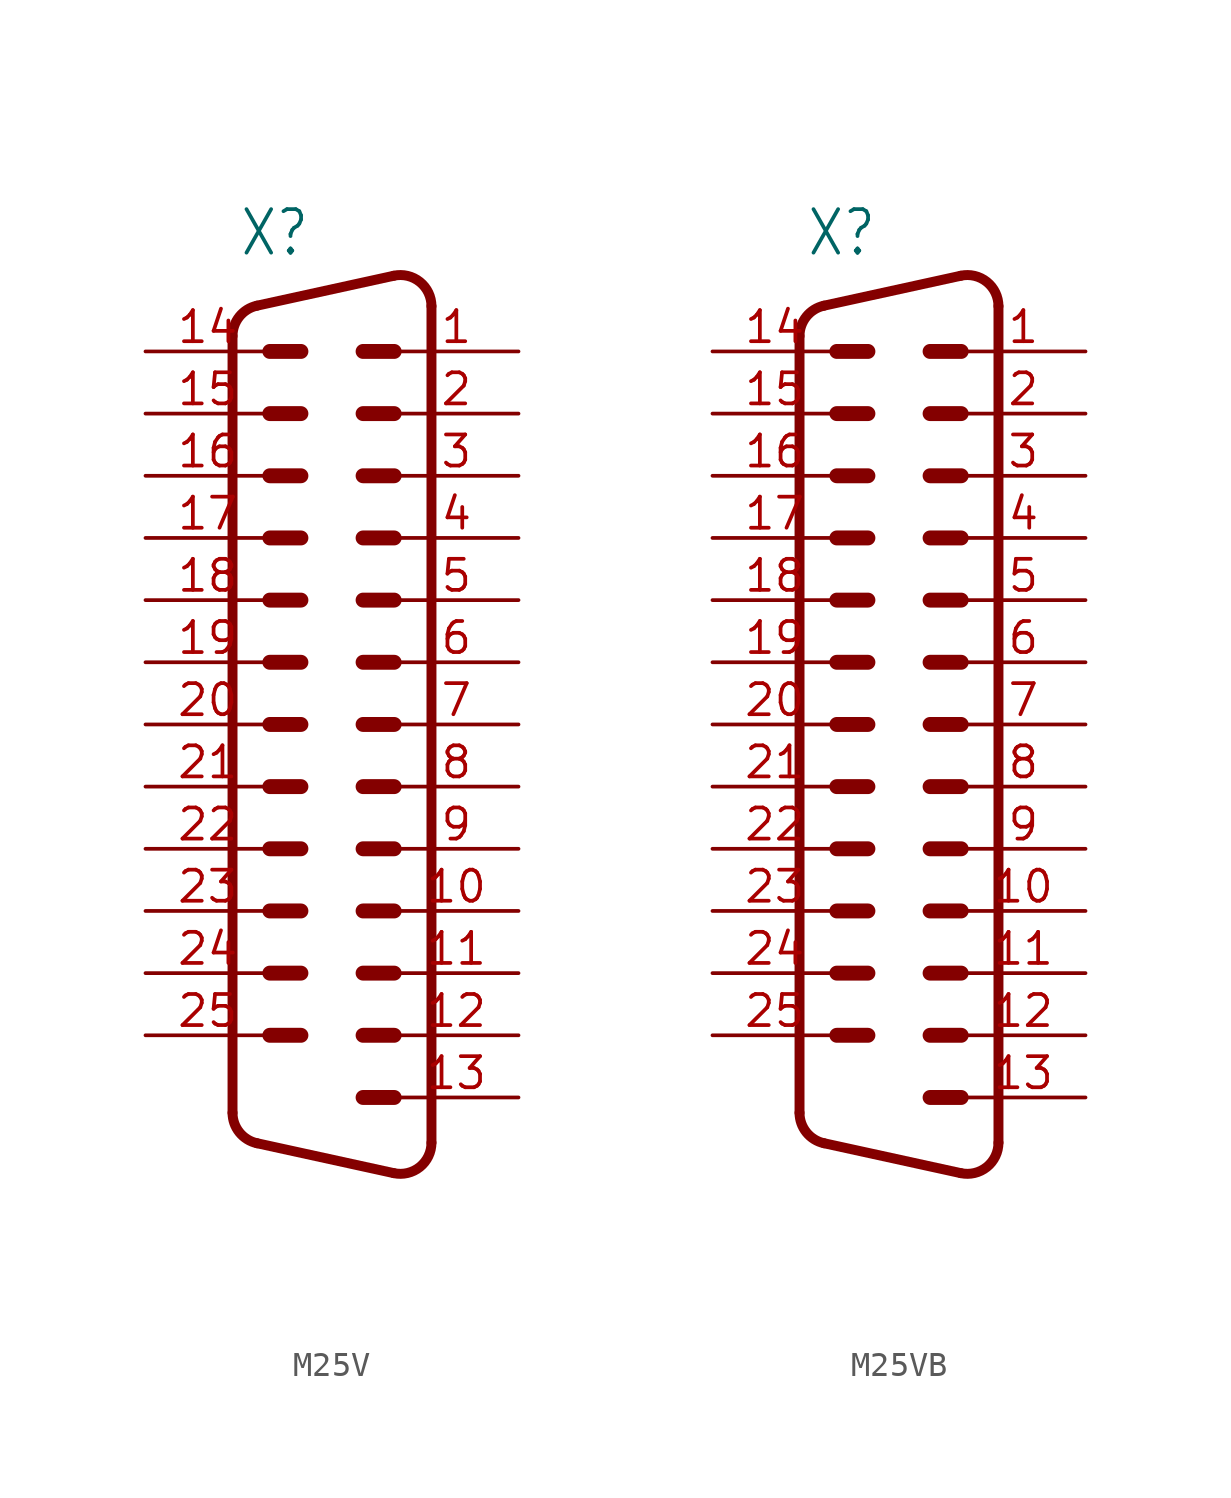
<source format=kicad_sym>
(kicad_symbol_lib
  (version 20220914)
  (generator kicad_symbol_editor)
  (symbol "M25V"
    (property "Reference" "X"
      (at -3.81 16.51 0)
      (effects (font (size 1.778 1.511)) (justify left bottom)))
    (property "Value" ""
      (at -3.81 -23.495 0)
      (effects (font (size 1.778 1.511)) (justify left bottom)))
    (property "ki_locked" ""
      (at 0 0 0)
      (effects (font (size 1.27 1.27))))
    (symbol "M25V_1_0"
      (arc (start -4.064 -18.4088) (mid -3.7833 -19.2051) (end -3.0653 -19.6495) (stroke (width 0.4064) (type solid)) (fill (type none)))
      (arc (start -3.0653 14.5695) (mid -3.7833 14.1251) (end -4.064 13.3288) (stroke (width 0.4064) (type solid)) (fill (type none)))
      (polyline (pts (xy -4.064 13.329) (xy -4.064 -18.409)) (stroke (width 0.406) (type solid)) (fill (type none)))
      (polyline (pts (xy -2.54 -15.24) (xy -1.27 -15.24)) (stroke (width 0.61) (type solid)) (fill (type none)))
      (polyline (pts (xy -2.54 -12.7) (xy -1.27 -12.7)) (stroke (width 0.61) (type solid)) (fill (type none)))
      (polyline (pts (xy -2.54 -10.16) (xy -1.27 -10.16)) (stroke (width 0.61) (type solid)) (fill (type none)))
      (polyline (pts (xy -2.54 -7.62) (xy -1.27 -7.62)) (stroke (width 0.61) (type solid)) (fill (type none)))
      (polyline (pts (xy -2.54 -5.08) (xy -1.27 -5.08)) (stroke (width 0.61) (type solid)) (fill (type none)))
      (polyline (pts (xy -2.54 -2.54) (xy -1.27 -2.54)) (stroke (width 0.61) (type solid)) (fill (type none)))
      (polyline (pts (xy -2.54 0) (xy -1.27 0)) (stroke (width 0.61) (type solid)) (fill (type none)))
      (polyline (pts (xy -2.54 2.54) (xy -1.27 2.54)) (stroke (width 0.61) (type solid)) (fill (type none)))
      (polyline (pts (xy -2.54 5.08) (xy -1.27 5.08)) (stroke (width 0.61) (type solid)) (fill (type none)))
      (polyline (pts (xy -2.54 7.62) (xy -1.27 7.62)) (stroke (width 0.61) (type solid)) (fill (type none)))
      (polyline (pts (xy -2.54 10.16) (xy -1.27 10.16)) (stroke (width 0.61) (type solid)) (fill (type none)))
      (polyline (pts (xy -2.54 12.7) (xy -1.27 12.7)) (stroke (width 0.61) (type solid)) (fill (type none)))
      (polyline (pts (xy 1.27 -17.78) (xy 2.54 -17.78)) (stroke (width 0.61) (type solid)) (fill (type none)))
      (polyline (pts (xy 1.27 -15.24) (xy 2.54 -15.24)) (stroke (width 0.61) (type solid)) (fill (type none)))
      (polyline (pts (xy 1.27 -12.7) (xy 2.54 -12.7)) (stroke (width 0.61) (type solid)) (fill (type none)))
      (polyline (pts (xy 1.27 -10.16) (xy 2.54 -10.16)) (stroke (width 0.61) (type solid)) (fill (type none)))
      (polyline (pts (xy 1.27 -7.62) (xy 2.54 -7.62)) (stroke (width 0.61) (type solid)) (fill (type none)))
      (polyline (pts (xy 1.27 -5.08) (xy 2.54 -5.08)) (stroke (width 0.61) (type solid)) (fill (type none)))
      (polyline (pts (xy 1.27 -2.54) (xy 2.54 -2.54)) (stroke (width 0.61) (type solid)) (fill (type none)))
      (polyline (pts (xy 1.27 0) (xy 2.54 0)) (stroke (width 0.61) (type solid)) (fill (type none)))
      (polyline (pts (xy 1.27 2.54) (xy 2.54 2.54)) (stroke (width 0.61) (type solid)) (fill (type none)))
      (polyline (pts (xy 1.27 5.08) (xy 2.54 5.08)) (stroke (width 0.61) (type solid)) (fill (type none)))
      (polyline (pts (xy 1.27 7.62) (xy 2.54 7.62)) (stroke (width 0.61) (type solid)) (fill (type none)))
      (polyline (pts (xy 1.27 10.16) (xy 2.54 10.16)) (stroke (width 0.61) (type solid)) (fill (type none)))
      (polyline (pts (xy 1.27 12.7) (xy 2.54 12.7)) (stroke (width 0.61) (type solid)) (fill (type none)))
      (polyline (pts (xy 2.523 -20.872) (xy -3.065 -19.649)) (stroke (width 0.406) (type solid)) (fill (type none)))
      (polyline (pts (xy 2.523 15.792) (xy -3.065 14.569)) (stroke (width 0.406) (type solid)) (fill (type none)))
      (polyline (pts (xy 4.064 14.551) (xy 4.064 -19.631)) (stroke (width 0.406) (type solid)) (fill (type none)))
      (arc (start 2.5226 -20.8718) (mid 3.5901 -20.6204) (end 4.0637 -19.6312) (stroke (width 0.4064) (type solid)) (fill (type none)))
      (arc (start 4.0639 14.5511) (mid 3.5903 15.5405) (end 2.5226 15.7919) (stroke (width 0.4064) (type solid)) (fill (type none)))
      (pin passive line (at 7.62 12.7 180) (length 5.08) (name "1" (effects (font (size 0 0)))) (number "1" (effects (font (size 1.27 1.27)))))
      (pin passive line (at 7.62 -10.16 180) (length 5.08) (name "10" (effects (font (size 0 0)))) (number "10" (effects (font (size 1.27 1.27)))))
      (pin passive line (at 7.62 -12.7 180) (length 5.08) (name "11" (effects (font (size 0 0)))) (number "11" (effects (font (size 1.27 1.27)))))
      (pin passive line (at 7.62 -15.24 180) (length 5.08) (name "12" (effects (font (size 0 0)))) (number "12" (effects (font (size 1.27 1.27)))))
      (pin passive line (at 7.62 -17.78 180) (length 5.08) (name "13" (effects (font (size 0 0)))) (number "13" (effects (font (size 1.27 1.27)))))
      (pin passive line (at -7.62 12.7 0) (length 5.08) (name "14" (effects (font (size 0 0)))) (number "14" (effects (font (size 1.27 1.27)))))
      (pin passive line (at -7.62 10.16 0) (length 5.08) (name "15" (effects (font (size 0 0)))) (number "15" (effects (font (size 1.27 1.27)))))
      (pin passive line (at -7.62 7.62 0) (length 5.08) (name "16" (effects (font (size 0 0)))) (number "16" (effects (font (size 1.27 1.27)))))
      (pin passive line (at -7.62 5.08 0) (length 5.08) (name "17" (effects (font (size 0 0)))) (number "17" (effects (font (size 1.27 1.27)))))
      (pin passive line (at -7.62 2.54 0) (length 5.08) (name "18" (effects (font (size 0 0)))) (number "18" (effects (font (size 1.27 1.27)))))
      (pin passive line (at -7.62 0 0) (length 5.08) (name "19" (effects (font (size 0 0)))) (number "19" (effects (font (size 1.27 1.27)))))
      (pin passive line (at 7.62 10.16 180) (length 5.08) (name "2" (effects (font (size 0 0)))) (number "2" (effects (font (size 1.27 1.27)))))
      (pin passive line (at -7.62 -2.54 0) (length 5.08) (name "20" (effects (font (size 0 0)))) (number "20" (effects (font (size 1.27 1.27)))))
      (pin passive line (at -7.62 -5.08 0) (length 5.08) (name "21" (effects (font (size 0 0)))) (number "21" (effects (font (size 1.27 1.27)))))
      (pin passive line (at -7.62 -7.62 0) (length 5.08) (name "22" (effects (font (size 0 0)))) (number "22" (effects (font (size 1.27 1.27)))))
      (pin passive line (at -7.62 -10.16 0) (length 5.08) (name "23" (effects (font (size 0 0)))) (number "23" (effects (font (size 1.27 1.27)))))
      (pin passive line (at -7.62 -12.7 0) (length 5.08) (name "24" (effects (font (size 0 0)))) (number "24" (effects (font (size 1.27 1.27)))))
      (pin passive line (at -7.62 -15.24 0) (length 5.08) (name "25" (effects (font (size 0 0)))) (number "25" (effects (font (size 1.27 1.27)))))
      (pin passive line (at 7.62 7.62 180) (length 5.08) (name "3" (effects (font (size 0 0)))) (number "3" (effects (font (size 1.27 1.27)))))
      (pin passive line (at 7.62 5.08 180) (length 5.08) (name "4" (effects (font (size 0 0)))) (number "4" (effects (font (size 1.27 1.27)))))
      (pin passive line (at 7.62 2.54 180) (length 5.08) (name "5" (effects (font (size 0 0)))) (number "5" (effects (font (size 1.27 1.27)))))
      (pin passive line (at 7.62 0 180) (length 5.08) (name "6" (effects (font (size 0 0)))) (number "6" (effects (font (size 1.27 1.27)))))
      (pin passive line (at 7.62 -2.54 180) (length 5.08) (name "7" (effects (font (size 0 0)))) (number "7" (effects (font (size 1.27 1.27)))))
      (pin passive line (at 7.62 -5.08 180) (length 5.08) (name "8" (effects (font (size 0 0)))) (number "8" (effects (font (size 1.27 1.27)))))
      (pin passive line (at 7.62 -7.62 180) (length 5.08) (name "9" (effects (font (size 0 0)))) (number "9" (effects (font (size 1.27 1.27)))))))
  (symbol "M25VB"
    (property "Reference" "X"
      (at -3.81 16.51 0)
      (effects (font (size 1.778 1.511)) (justify left bottom)))
    (property "Value" ""
      (at -3.81 -23.495 0)
      (effects (font (size 1.778 1.511)) (justify left bottom)))
    (property "ki_locked" ""
      (at 0 0 0)
      (effects (font (size 1.27 1.27))))
    (symbol "M25VB_1_0"
      (arc (start -4.064 -18.4088) (mid -3.7833 -19.2051) (end -3.0653 -19.6495) (stroke (width 0.4064) (type solid)) (fill (type none)))
      (arc (start -3.0653 14.5695) (mid -3.7833 14.1251) (end -4.064 13.3288) (stroke (width 0.4064) (type solid)) (fill (type none)))
      (polyline (pts (xy -4.064 13.329) (xy -4.064 -18.409)) (stroke (width 0.406) (type solid)) (fill (type none)))
      (polyline (pts (xy -2.54 -15.24) (xy -1.27 -15.24)) (stroke (width 0.61) (type solid)) (fill (type none)))
      (polyline (pts (xy -2.54 -12.7) (xy -1.27 -12.7)) (stroke (width 0.61) (type solid)) (fill (type none)))
      (polyline (pts (xy -2.54 -10.16) (xy -1.27 -10.16)) (stroke (width 0.61) (type solid)) (fill (type none)))
      (polyline (pts (xy -2.54 -7.62) (xy -1.27 -7.62)) (stroke (width 0.61) (type solid)) (fill (type none)))
      (polyline (pts (xy -2.54 -5.08) (xy -1.27 -5.08)) (stroke (width 0.61) (type solid)) (fill (type none)))
      (polyline (pts (xy -2.54 -2.54) (xy -1.27 -2.54)) (stroke (width 0.61) (type solid)) (fill (type none)))
      (polyline (pts (xy -2.54 0) (xy -1.27 0)) (stroke (width 0.61) (type solid)) (fill (type none)))
      (polyline (pts (xy -2.54 2.54) (xy -1.27 2.54)) (stroke (width 0.61) (type solid)) (fill (type none)))
      (polyline (pts (xy -2.54 5.08) (xy -1.27 5.08)) (stroke (width 0.61) (type solid)) (fill (type none)))
      (polyline (pts (xy -2.54 7.62) (xy -1.27 7.62)) (stroke (width 0.61) (type solid)) (fill (type none)))
      (polyline (pts (xy -2.54 10.16) (xy -1.27 10.16)) (stroke (width 0.61) (type solid)) (fill (type none)))
      (polyline (pts (xy -2.54 12.7) (xy -1.27 12.7)) (stroke (width 0.61) (type solid)) (fill (type none)))
      (polyline (pts (xy 1.27 -17.78) (xy 2.54 -17.78)) (stroke (width 0.61) (type solid)) (fill (type none)))
      (polyline (pts (xy 1.27 -15.24) (xy 2.54 -15.24)) (stroke (width 0.61) (type solid)) (fill (type none)))
      (polyline (pts (xy 1.27 -12.7) (xy 2.54 -12.7)) (stroke (width 0.61) (type solid)) (fill (type none)))
      (polyline (pts (xy 1.27 -10.16) (xy 2.54 -10.16)) (stroke (width 0.61) (type solid)) (fill (type none)))
      (polyline (pts (xy 1.27 -7.62) (xy 2.54 -7.62)) (stroke (width 0.61) (type solid)) (fill (type none)))
      (polyline (pts (xy 1.27 -5.08) (xy 2.54 -5.08)) (stroke (width 0.61) (type solid)) (fill (type none)))
      (polyline (pts (xy 1.27 -2.54) (xy 2.54 -2.54)) (stroke (width 0.61) (type solid)) (fill (type none)))
      (polyline (pts (xy 1.27 0) (xy 2.54 0)) (stroke (width 0.61) (type solid)) (fill (type none)))
      (polyline (pts (xy 1.27 2.54) (xy 2.54 2.54)) (stroke (width 0.61) (type solid)) (fill (type none)))
      (polyline (pts (xy 1.27 5.08) (xy 2.54 5.08)) (stroke (width 0.61) (type solid)) (fill (type none)))
      (polyline (pts (xy 1.27 7.62) (xy 2.54 7.62)) (stroke (width 0.61) (type solid)) (fill (type none)))
      (polyline (pts (xy 1.27 10.16) (xy 2.54 10.16)) (stroke (width 0.61) (type solid)) (fill (type none)))
      (polyline (pts (xy 1.27 12.7) (xy 2.54 12.7)) (stroke (width 0.61) (type solid)) (fill (type none)))
      (polyline (pts (xy 2.523 -20.872) (xy -3.065 -19.649)) (stroke (width 0.406) (type solid)) (fill (type none)))
      (polyline (pts (xy 2.523 15.792) (xy -3.065 14.569)) (stroke (width 0.406) (type solid)) (fill (type none)))
      (polyline (pts (xy 4.064 14.551) (xy 4.064 -19.631)) (stroke (width 0.406) (type solid)) (fill (type none)))
      (arc (start 2.5226 -20.8718) (mid 3.5901 -20.6204) (end 4.0637 -19.6312) (stroke (width 0.4064) (type solid)) (fill (type none)))
      (arc (start 4.0639 14.5511) (mid 3.5903 15.5405) (end 2.5226 15.7919) (stroke (width 0.4064) (type solid)) (fill (type none)))
      (pin passive line (at 7.62 12.7 180) (length 5.08) (name "1" (effects (font (size 0 0)))) (number "1" (effects (font (size 1.27 1.27)))))
      (pin passive line (at 7.62 -10.16 180) (length 5.08) (name "10" (effects (font (size 0 0)))) (number "10" (effects (font (size 1.27 1.27)))))
      (pin passive line (at 7.62 -12.7 180) (length 5.08) (name "11" (effects (font (size 0 0)))) (number "11" (effects (font (size 1.27 1.27)))))
      (pin passive line (at 7.62 -15.24 180) (length 5.08) (name "12" (effects (font (size 0 0)))) (number "12" (effects (font (size 1.27 1.27)))))
      (pin passive line (at 7.62 -17.78 180) (length 5.08) (name "13" (effects (font (size 0 0)))) (number "13" (effects (font (size 1.27 1.27)))))
      (pin passive line (at -7.62 12.7 0) (length 5.08) (name "14" (effects (font (size 0 0)))) (number "14" (effects (font (size 1.27 1.27)))))
      (pin passive line (at -7.62 10.16 0) (length 5.08) (name "15" (effects (font (size 0 0)))) (number "15" (effects (font (size 1.27 1.27)))))
      (pin passive line (at -7.62 7.62 0) (length 5.08) (name "16" (effects (font (size 0 0)))) (number "16" (effects (font (size 1.27 1.27)))))
      (pin passive line (at -7.62 5.08 0) (length 5.08) (name "17" (effects (font (size 0 0)))) (number "17" (effects (font (size 1.27 1.27)))))
      (pin passive line (at -7.62 2.54 0) (length 5.08) (name "18" (effects (font (size 0 0)))) (number "18" (effects (font (size 1.27 1.27)))))
      (pin passive line (at -7.62 0 0) (length 5.08) (name "19" (effects (font (size 0 0)))) (number "19" (effects (font (size 1.27 1.27)))))
      (pin passive line (at 7.62 10.16 180) (length 5.08) (name "2" (effects (font (size 0 0)))) (number "2" (effects (font (size 1.27 1.27)))))
      (pin passive line (at -7.62 -2.54 0) (length 5.08) (name "20" (effects (font (size 0 0)))) (number "20" (effects (font (size 1.27 1.27)))))
      (pin passive line (at -7.62 -5.08 0) (length 5.08) (name "21" (effects (font (size 0 0)))) (number "21" (effects (font (size 1.27 1.27)))))
      (pin passive line (at -7.62 -7.62 0) (length 5.08) (name "22" (effects (font (size 0 0)))) (number "22" (effects (font (size 1.27 1.27)))))
      (pin passive line (at -7.62 -10.16 0) (length 5.08) (name "23" (effects (font (size 0 0)))) (number "23" (effects (font (size 1.27 1.27)))))
      (pin passive line (at -7.62 -12.7 0) (length 5.08) (name "24" (effects (font (size 0 0)))) (number "24" (effects (font (size 1.27 1.27)))))
      (pin passive line (at -7.62 -15.24 0) (length 5.08) (name "25" (effects (font (size 0 0)))) (number "25" (effects (font (size 1.27 1.27)))))
      (pin passive line (at 7.62 7.62 180) (length 5.08) (name "3" (effects (font (size 0 0)))) (number "3" (effects (font (size 1.27 1.27)))))
      (pin passive line (at 7.62 5.08 180) (length 5.08) (name "4" (effects (font (size 0 0)))) (number "4" (effects (font (size 1.27 1.27)))))
      (pin passive line (at 7.62 2.54 180) (length 5.08) (name "5" (effects (font (size 0 0)))) (number "5" (effects (font (size 1.27 1.27)))))
      (pin passive line (at 7.62 0 180) (length 5.08) (name "6" (effects (font (size 0 0)))) (number "6" (effects (font (size 1.27 1.27)))))
      (pin passive line (at 7.62 -2.54 180) (length 5.08) (name "7" (effects (font (size 0 0)))) (number "7" (effects (font (size 1.27 1.27)))))
      (pin passive line (at 7.62 -5.08 180) (length 5.08) (name "8" (effects (font (size 0 0)))) (number "8" (effects (font (size 1.27 1.27)))))
      (pin passive line (at 7.62 -7.62 180) (length 5.08) (name "9" (effects (font (size 0 0)))) (number "9" (effects (font (size 1.27 1.27))))))))
</source>
